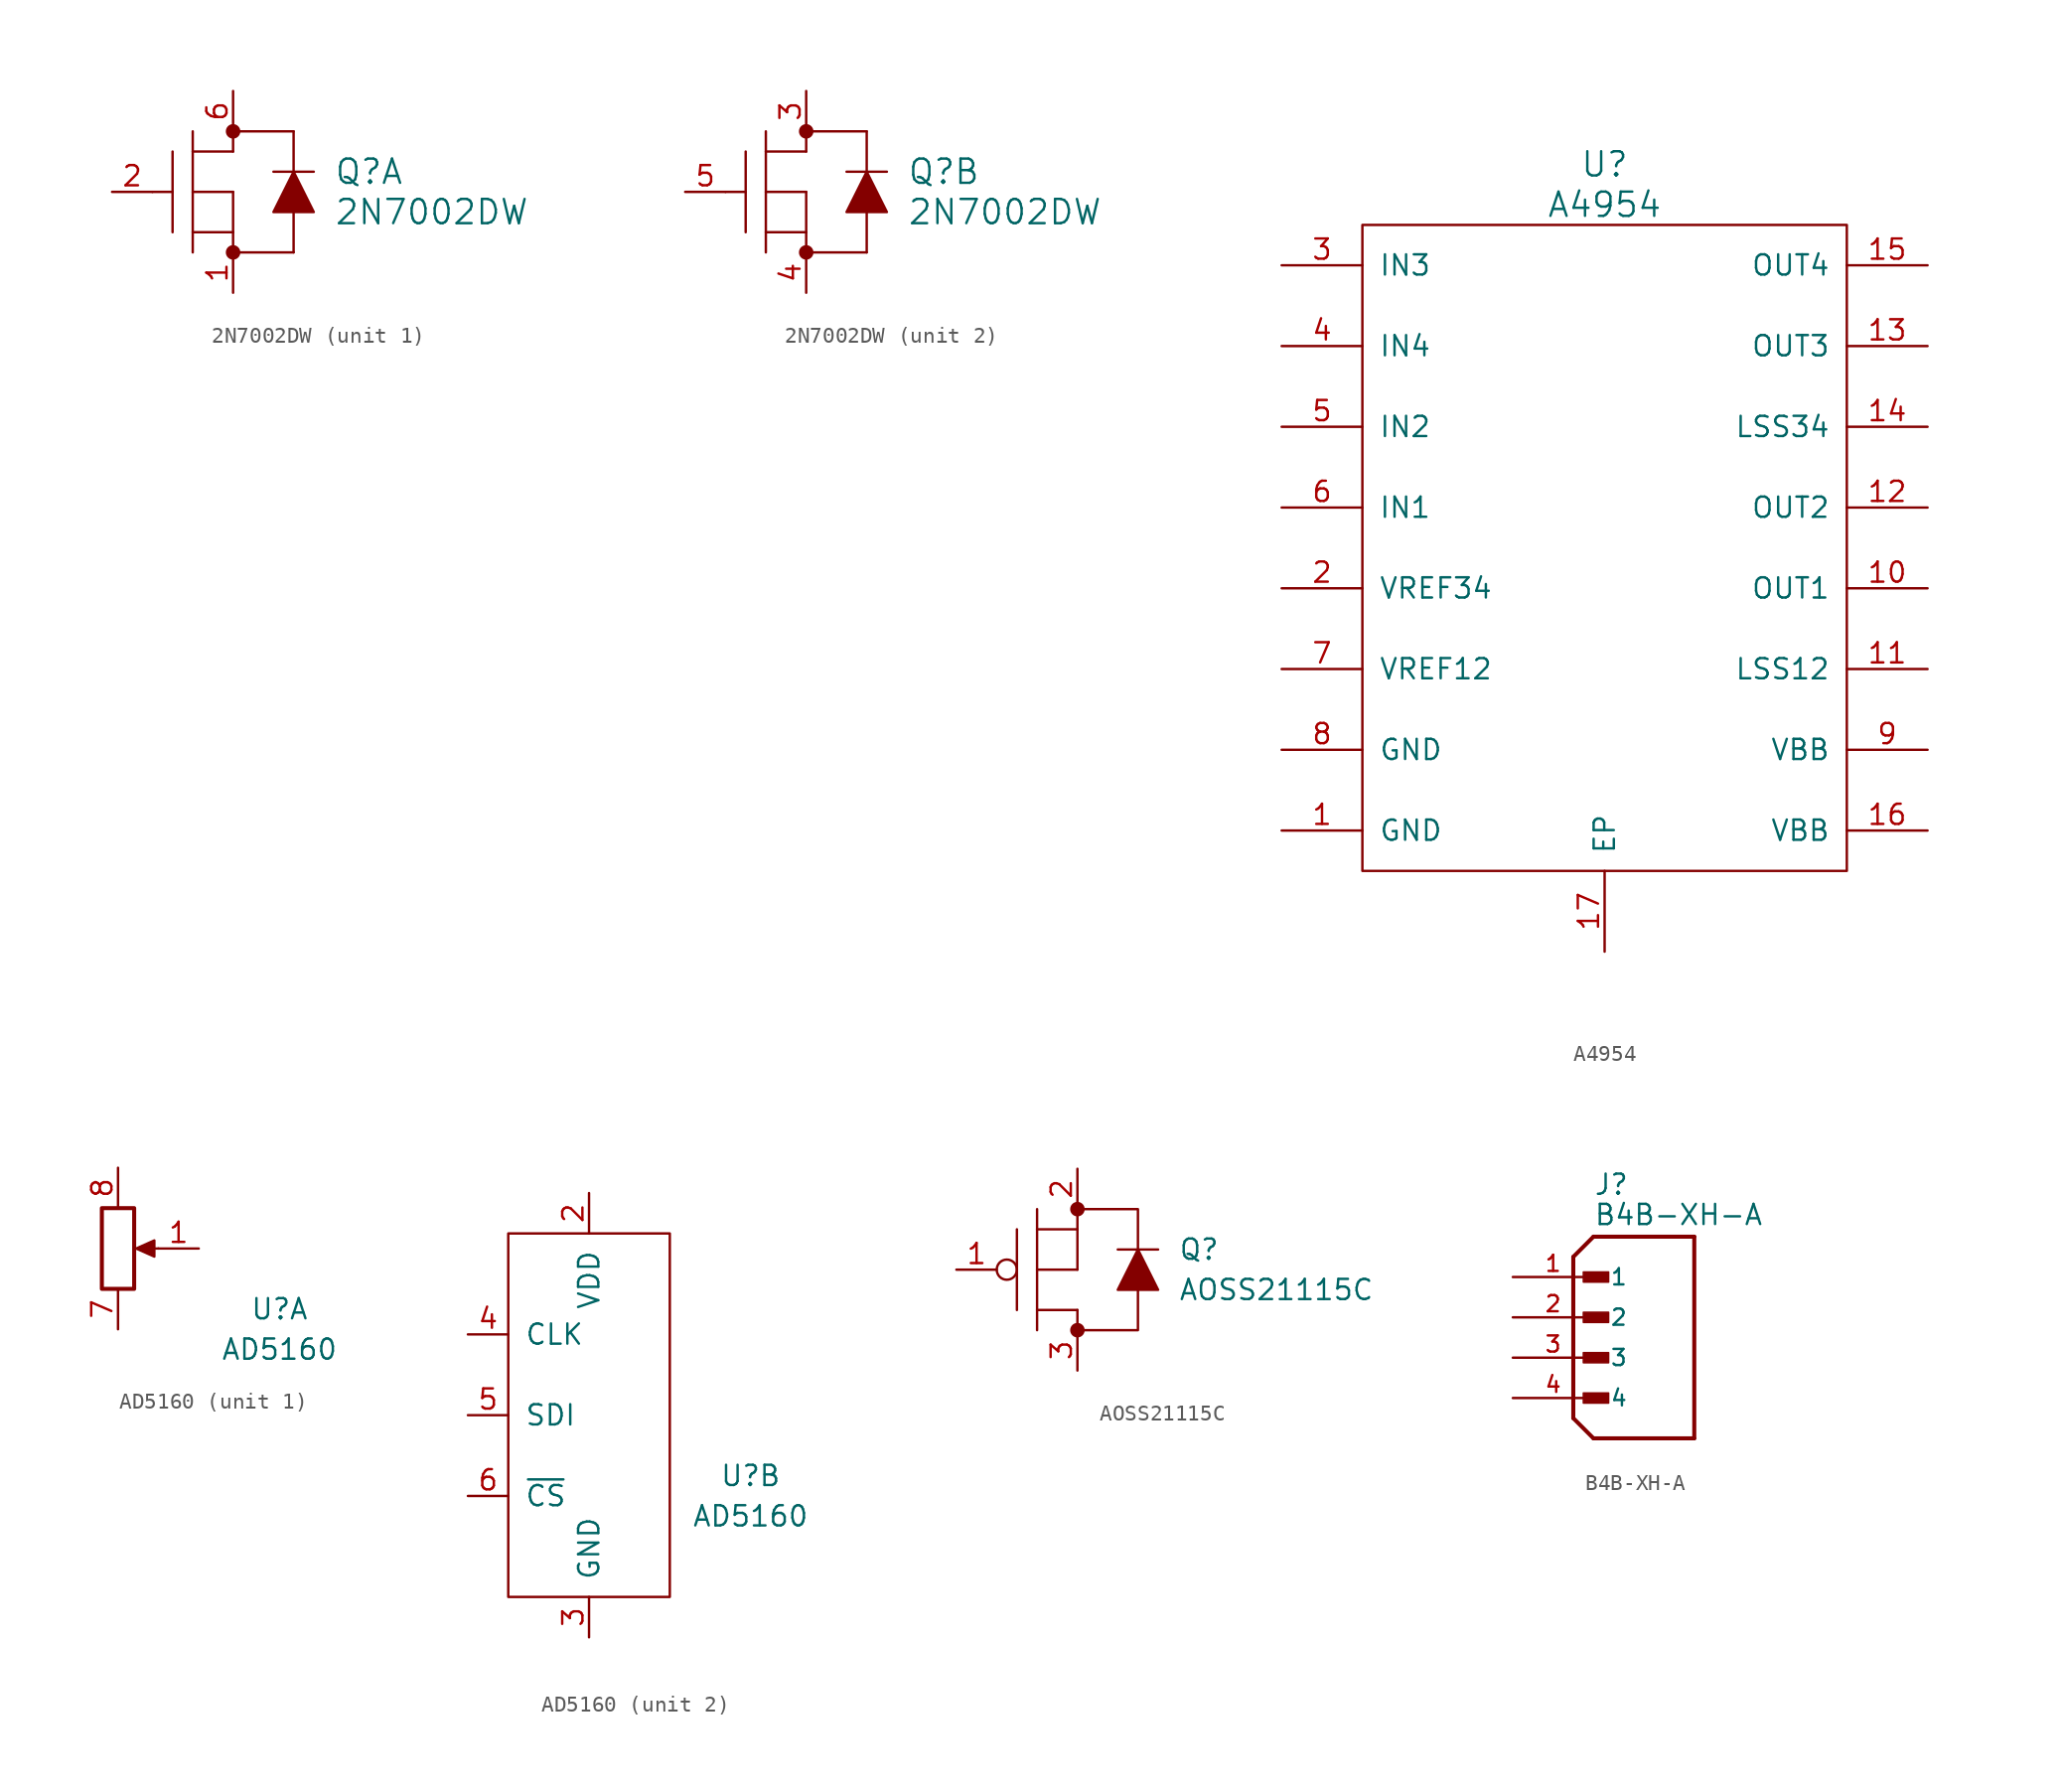
<source format=kicad_sym>
(kicad_symbol_lib
  (version 20231120)
  (generator "kicad_symbol_editor")
  (generator_version "8.0")
  (symbol "2N7002DW"
    (pin_names
      (offset 1.016))
    (property "Reference" "Q"
      (at 6.35 1.27 0)
      (effects (font (size 1.524 1.524)) (justify left)))
    (property "Value" "2N7002DW"
      (at 6.35 -1.27 0)
      (effects (font (size 1.524 1.524)) (justify left)))
    (property "ki_locked" ""
      (at 0 0 0)
      (effects (font (size 1.27 1.27))))
    (symbol "2N7002DW_0_1"
      (circle (center 0 -3.81) (radius 0.381) (stroke (width 0) (type default)) (fill (type outline)))
      (polyline (pts (xy -3.81 0) (xy -5.08 0)) (stroke (width 0) (type default)) (fill (type none)))
      (polyline (pts (xy -3.81 2.54) (xy -3.81 -2.54)) (stroke (width 0) (type default)) (fill (type none)))
      (polyline (pts (xy -2.54 -2.54) (xy 0 -2.54)) (stroke (width 0) (type default)) (fill (type none)))
      (polyline (pts (xy -2.54 0) (xy 0 0)) (stroke (width 0) (type default)) (fill (type none)))
      (polyline (pts (xy -2.54 3.81) (xy -2.54 -3.81)) (stroke (width 0) (type default)) (fill (type none)))
      (polyline (pts (xy 0 -2.54) (xy 0 -3.81)) (stroke (width 0) (type default)) (fill (type none)))
      (polyline (pts (xy 0 0) (xy 0 -2.54)) (stroke (width 0) (type default)) (fill (type none)))
      (polyline (pts (xy 0 2.54) (xy -2.54 2.54)) (stroke (width 0) (type default)) (fill (type none)))
      (polyline (pts (xy 0 3.81) (xy 0 2.54)) (stroke (width 0) (type default)) (fill (type none)))
      (polyline (pts (xy 0 3.81) (xy 3.81 3.81)) (stroke (width 0) (type default)) (fill (type none)))
      (polyline (pts (xy 2.54 1.27) (xy 5.08 1.27)) (stroke (width 0) (type default)) (fill (type none)))
      (polyline (pts (xy 3.81 -3.81) (xy 0 -3.81)) (stroke (width 0) (type default)) (fill (type none)))
      (polyline (pts (xy 3.81 -1.27) (xy 3.81 -3.81)) (stroke (width 0) (type default)) (fill (type none)))
      (polyline (pts (xy 3.81 3.81) (xy 3.81 1.27)) (stroke (width 0) (type default)) (fill (type none)))
      (polyline (pts (xy 3.81 1.27) (xy 2.54 -1.27) (xy 5.08 -1.27) (xy 3.81 1.27)) (stroke (width 0) (type default)) (fill (type outline)))
      (circle (center 0 3.81) (radius 0.381) (stroke (width 0) (type default)) (fill (type outline))))
    (symbol "2N7002DW_1_1"
      (pin input line (at 0 -6.35 90) (length 2.54) (name "~" (effects (font (size 1.27 1.27)))) (number "1" (effects (font (size 1.27 1.27)))))
      (pin input line (at -7.62 0 0) (length 2.54) (name "~" (effects (font (size 1.27 1.27)))) (number "2" (effects (font (size 1.27 1.27)))))
      (pin input line (at 0 6.35 270) (length 2.54) (name "~" (effects (font (size 1.27 1.27)))) (number "6" (effects (font (size 1.27 1.27))))))
    (symbol "2N7002DW_2_1"
      (pin input line (at 0 6.35 270) (length 2.54) (name "~" (effects (font (size 1.27 1.27)))) (number "3" (effects (font (size 1.27 1.27)))))
      (pin input line (at 0 -6.35 90) (length 2.54) (name "~" (effects (font (size 1.27 1.27)))) (number "4" (effects (font (size 1.27 1.27)))))
      (pin input line (at -7.62 0 0) (length 2.54) (name "~" (effects (font (size 1.27 1.27)))) (number "5" (effects (font (size 1.27 1.27)))))))
  (symbol "A4954"
    (pin_names
      (offset 1.016))
    (property "Reference" "U"
      (at 0 24.13 0)
      (effects (font (size 1.524 1.524))))
    (property "Value" "A4954"
      (at 0 21.59 0)
      (effects (font (size 1.524 1.524))))
    (symbol "A4954_0_1"
      (rectangle (start -15.24 20.32) (end 15.24 -20.32) (stroke (width 0) (type default)) (fill (type none))))
    (symbol "A4954_1_1"
      (pin input line (at -20.32 -17.78 0) (length 5.08) (name "GND" (effects (font (size 1.27 1.27)))) (number "1" (effects (font (size 1.27 1.27)))))
      (pin input line (at 20.32 -2.54 180) (length 5.08) (name "OUT1" (effects (font (size 1.27 1.27)))) (number "10" (effects (font (size 1.27 1.27)))))
      (pin input line (at 20.32 -7.62 180) (length 5.08) (name "LSS12" (effects (font (size 1.27 1.27)))) (number "11" (effects (font (size 1.27 1.27)))))
      (pin input line (at 20.32 2.54 180) (length 5.08) (name "OUT2" (effects (font (size 1.27 1.27)))) (number "12" (effects (font (size 1.27 1.27)))))
      (pin input line (at 20.32 12.7 180) (length 5.08) (name "OUT3" (effects (font (size 1.27 1.27)))) (number "13" (effects (font (size 1.27 1.27)))))
      (pin input line (at 20.32 7.62 180) (length 5.08) (name "LSS34" (effects (font (size 1.27 1.27)))) (number "14" (effects (font (size 1.27 1.27)))))
      (pin input line (at 20.32 17.78 180) (length 5.08) (name "OUT4" (effects (font (size 1.27 1.27)))) (number "15" (effects (font (size 1.27 1.27)))))
      (pin input line (at 20.32 -17.78 180) (length 5.08) (name "VBB" (effects (font (size 1.27 1.27)))) (number "16" (effects (font (size 1.27 1.27)))))
      (pin input line (at 0 -25.4 90) (length 5.08) (name "EP" (effects (font (size 1.27 1.27)))) (number "17" (effects (font (size 1.27 1.27)))))
      (pin input line (at -20.32 -2.54 0) (length 5.08) (name "VREF34" (effects (font (size 1.27 1.27)))) (number "2" (effects (font (size 1.27 1.27)))))
      (pin input line (at -20.32 17.78 0) (length 5.08) (name "IN3" (effects (font (size 1.27 1.27)))) (number "3" (effects (font (size 1.27 1.27)))))
      (pin input line (at -20.32 12.7 0) (length 5.08) (name "IN4" (effects (font (size 1.27 1.27)))) (number "4" (effects (font (size 1.27 1.27)))))
      (pin input line (at -20.32 7.62 0) (length 5.08) (name "IN2" (effects (font (size 1.27 1.27)))) (number "5" (effects (font (size 1.27 1.27)))))
      (pin input line (at -20.32 2.54 0) (length 5.08) (name "IN1" (effects (font (size 1.27 1.27)))) (number "6" (effects (font (size 1.27 1.27)))))
      (pin input line (at -20.32 -7.62 0) (length 5.08) (name "VREF12" (effects (font (size 1.27 1.27)))) (number "7" (effects (font (size 1.27 1.27)))))
      (pin input line (at -20.32 -12.7 0) (length 5.08) (name "GND" (effects (font (size 1.27 1.27)))) (number "8" (effects (font (size 1.27 1.27)))))
      (pin input line (at 20.32 -12.7 180) (length 5.08) (name "VBB" (effects (font (size 1.27 1.27)))) (number "9" (effects (font (size 1.27 1.27)))))))
  (symbol "AD5160"
    (pin_names
      (offset 1.016))
    (property "Reference" "U"
      (at 10.16 -3.81 0)
      (effects (font (size 1.27 1.27))))
    (property "Value" "AD5160"
      (at 10.16 -6.35 0)
      (effects (font (size 1.27 1.27))))
    (property "ki_locked" ""
      (at 0 0 0)
      (effects (font (size 1.27 1.27))))
    (symbol "AD5160_1_1"
      (polyline (pts (xy 2.54 0) (xy 1.524 0)) (stroke (width 0) (type default)) (fill (type none)))
      (polyline (pts (xy 1.143 0) (xy 2.286 0.508) (xy 2.286 -0.508) (xy 1.143 0)) (stroke (width 0) (type default)) (fill (type outline)))
      (rectangle (start 1.016 2.54) (end -1.016 -2.54) (stroke (width 0.254) (type default)) (fill (type none)))
      (pin passive line (at 5.08 0 180) (length 2.54) (name "~" (effects (font (size 1.27 1.27)))) (number "1" (effects (font (size 1.27 1.27)))))
      (pin passive line (at 0 -5.08 90) (length 2.54) (name "~" (effects (font (size 1.27 1.27)))) (number "7" (effects (font (size 1.27 1.27)))))
      (pin passive line (at 0 5.08 270) (length 2.54) (name "~" (effects (font (size 1.27 1.27)))) (number "8" (effects (font (size 1.27 1.27))))))
    (symbol "AD5160_2_1"
      (rectangle (start -5.08 11.43) (end 5.08 -11.43) (stroke (width 0) (type default)) (fill (type none)))
      (pin power_in line (at 0 13.97 270) (length 2.54) (name "VDD" (effects (font (size 1.27 1.27)))) (number "2" (effects (font (size 1.27 1.27)))))
      (pin power_in line (at 0 -13.97 90) (length 2.54) (name "GND" (effects (font (size 1.27 1.27)))) (number "3" (effects (font (size 1.27 1.27)))))
      (pin input line (at -7.62 5.08 0) (length 2.54) (name "CLK" (effects (font (size 1.27 1.27)))) (number "4" (effects (font (size 1.27 1.27)))))
      (pin input line (at -7.62 0 0) (length 2.54) (name "SDI" (effects (font (size 1.27 1.27)))) (number "5" (effects (font (size 1.27 1.27)))))
      (pin input line (at -7.62 -5.08 0) (length 2.54) (name "~{CS}" (effects (font (size 1.27 1.27)))) (number "6" (effects (font (size 1.27 1.27)))))))
  (symbol "AOSS21115C"
    (pin_names
      (offset 1.016))
    (property "Reference" "Q"
      (at 6.35 1.27 0)
      (effects (font (size 1.27 1.27)) (justify left)))
    (property "Value" "AOSS21115C"
      (at 6.35 -1.27 0)
      (effects (font (size 1.27 1.27)) (justify left)))
    (symbol "AOSS21115C_0_1"
      (circle (center -4.445 0) (radius 0.635) (stroke (width 0) (type default)) (fill (type none)))
      (circle (center 0 -3.81) (radius 0.381) (stroke (width 0) (type default)) (fill (type outline)))
      (polyline (pts (xy -3.81 2.54) (xy -3.81 -2.54)) (stroke (width 0) (type default)) (fill (type none)))
      (polyline (pts (xy -2.54 -2.54) (xy 0 -2.54)) (stroke (width 0) (type default)) (fill (type none)))
      (polyline (pts (xy -2.54 0) (xy 0 0)) (stroke (width 0) (type default)) (fill (type none)))
      (polyline (pts (xy -2.54 3.81) (xy -2.54 -3.81)) (stroke (width 0) (type default)) (fill (type none)))
      (polyline (pts (xy 0 -2.54) (xy 0 -3.81)) (stroke (width 0) (type default)) (fill (type none)))
      (polyline (pts (xy 0 2.54) (xy -2.54 2.54)) (stroke (width 0) (type default)) (fill (type none)))
      (polyline (pts (xy 2.54 1.27) (xy 5.08 1.27)) (stroke (width 0) (type default)) (fill (type none)))
      (polyline (pts (xy 0 -3.81) (xy 3.81 -3.81) (xy 3.81 -1.27)) (stroke (width 0) (type default)) (fill (type none)))
      (polyline (pts (xy 0 2.54) (xy 0 3.81) (xy 3.81 3.81) (xy 3.81 1.27)) (stroke (width 0) (type default)) (fill (type none)))
      (polyline (pts (xy 3.81 1.27) (xy 2.54 -1.27) (xy 5.08 -1.27) (xy 3.81 1.27)) (stroke (width 0) (type default)) (fill (type outline)))
      (circle (center 0 3.81) (radius 0.381) (stroke (width 0) (type default)) (fill (type outline))))
    (symbol "AOSS21115C_1_1"
      (polyline (pts (xy 0 2.54) (xy 0 0)) (stroke (width 0) (type default)) (fill (type none)))
      (pin input line (at -7.62 0 0) (length 2.54) (name "~" (effects (font (size 1.27 1.27)))) (number "1" (effects (font (size 1.27 1.27)))))
      (pin input line (at 0 6.35 270) (length 2.54) (name "~" (effects (font (size 1.27 1.27)))) (number "2" (effects (font (size 1.27 1.27)))))
      (pin input line (at 0 -6.35 90) (length 2.54) (name "~" (effects (font (size 1.27 1.27)))) (number "3" (effects (font (size 1.27 1.27)))))))
  (symbol "B4B-XH-A"
    (pin_names
      (offset 1.016))
    (property "Reference" "J"
      (at -2.54 7.62 0)
      (effects (font (size 1.27 1.27)) (justify left bottom)))
    (property "Value" "B4B-XH-A"
      (at -2.54 5.715 0)
      (effects (font (size 1.27 1.27)) (justify left bottom)))
    (symbol "B4B-XH-A_0_0"
      (rectangle (start -3.175 -5.397) (end -1.587 -4.763) (stroke (width 0.1) (type default)) (fill (type outline)))
      (rectangle (start -3.175 -2.857) (end -1.587 -2.223) (stroke (width 0.1) (type default)) (fill (type outline)))
      (rectangle (start -3.175 -0.318) (end -1.587 0.318) (stroke (width 0.1) (type default)) (fill (type outline)))
      (rectangle (start -3.175 2.223) (end -1.587 2.857) (stroke (width 0.1) (type default)) (fill (type outline)))
      (polyline (pts (xy -3.81 -6.35) (xy -2.54 -7.62)) (stroke (width 0.254) (type default)) (fill (type none)))
      (polyline (pts (xy -3.81 3.81) (xy -3.81 -6.35)) (stroke (width 0.254) (type default)) (fill (type none)))
      (polyline (pts (xy -3.81 3.81) (xy -2.54 5.08)) (stroke (width 0.254) (type default)) (fill (type none)))
      (polyline (pts (xy -2.54 -7.62) (xy 3.81 -7.62)) (stroke (width 0.254) (type default)) (fill (type none)))
      (polyline (pts (xy 3.81 -7.62) (xy 3.81 5.08)) (stroke (width 0.254) (type default)) (fill (type none)))
      (polyline (pts (xy 3.81 5.08) (xy -2.54 5.08)) (stroke (width 0.254) (type default)) (fill (type none)))
      (pin passive line (at -7.62 2.54 0) (length 5.08) (name "1" (effects (font (size 1.016 1.016)))) (number "1" (effects (font (size 1.016 1.016)))))
      (pin passive line (at -7.62 0 0) (length 5.08) (name "2" (effects (font (size 1.016 1.016)))) (number "2" (effects (font (size 1.016 1.016)))))
      (pin passive line (at -7.62 -2.54 0) (length 5.08) (name "3" (effects (font (size 1.016 1.016)))) (number "3" (effects (font (size 1.016 1.016)))))
      (pin passive line (at -7.62 -5.08 0) (length 5.08) (name "4" (effects (font (size 1.016 1.016)))) (number "4" (effects (font (size 1.016 1.016))))))))
</source>
